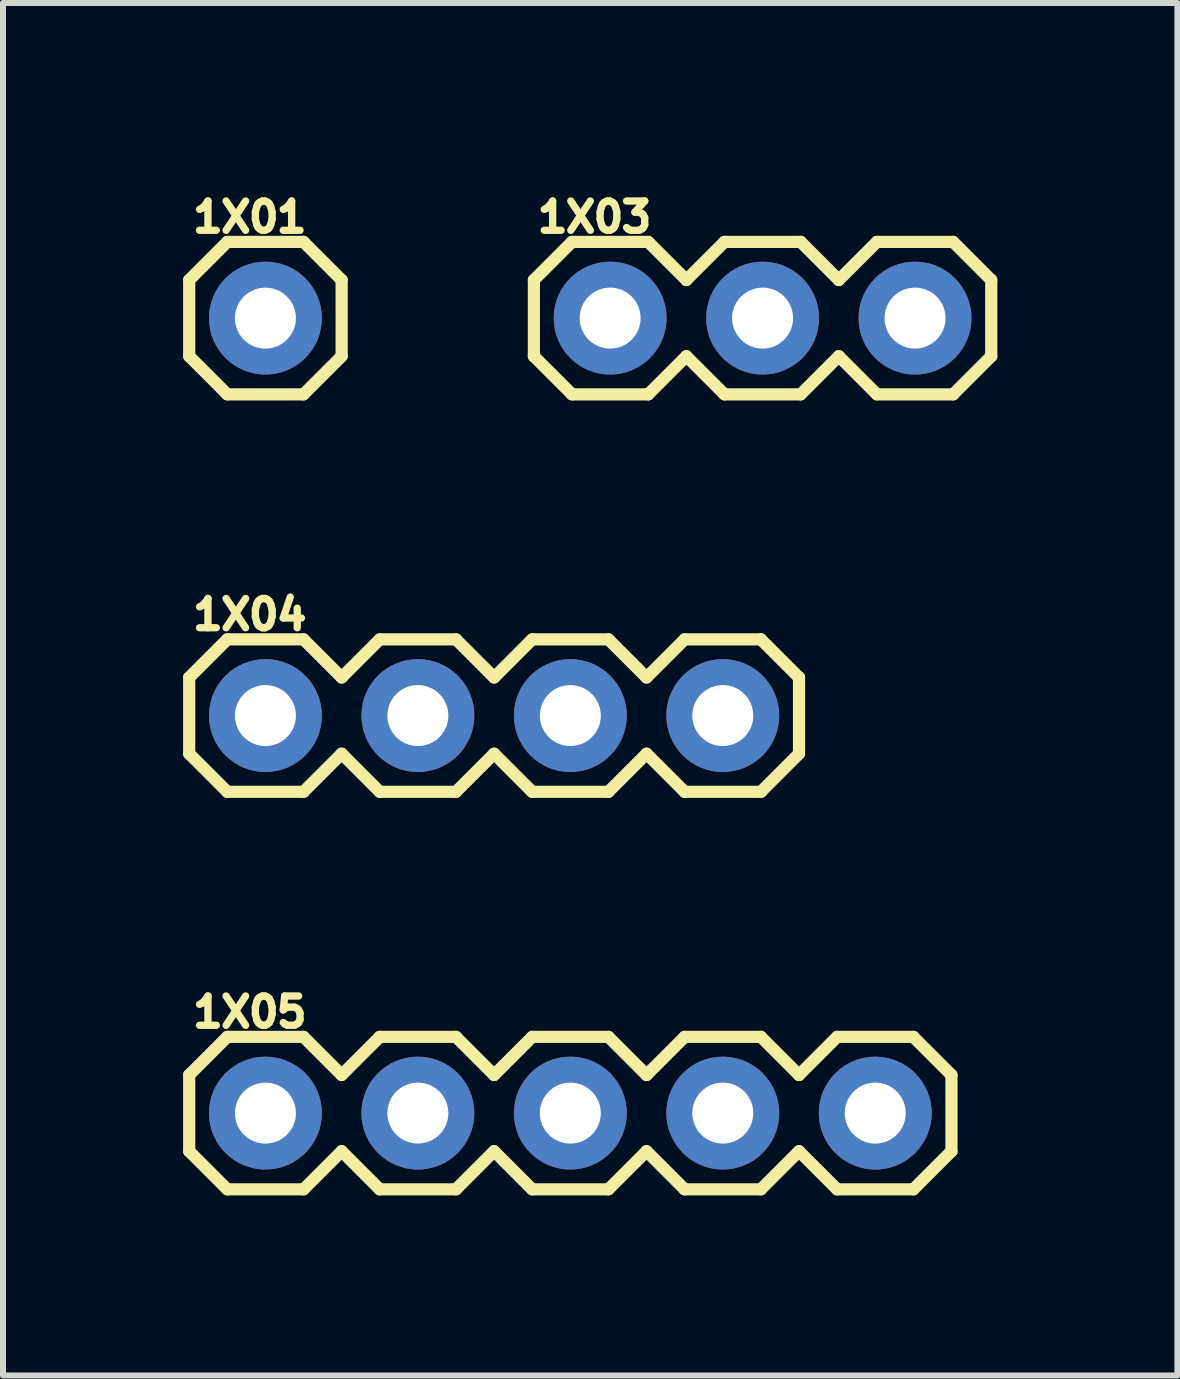
<source format=kicad_pcb>
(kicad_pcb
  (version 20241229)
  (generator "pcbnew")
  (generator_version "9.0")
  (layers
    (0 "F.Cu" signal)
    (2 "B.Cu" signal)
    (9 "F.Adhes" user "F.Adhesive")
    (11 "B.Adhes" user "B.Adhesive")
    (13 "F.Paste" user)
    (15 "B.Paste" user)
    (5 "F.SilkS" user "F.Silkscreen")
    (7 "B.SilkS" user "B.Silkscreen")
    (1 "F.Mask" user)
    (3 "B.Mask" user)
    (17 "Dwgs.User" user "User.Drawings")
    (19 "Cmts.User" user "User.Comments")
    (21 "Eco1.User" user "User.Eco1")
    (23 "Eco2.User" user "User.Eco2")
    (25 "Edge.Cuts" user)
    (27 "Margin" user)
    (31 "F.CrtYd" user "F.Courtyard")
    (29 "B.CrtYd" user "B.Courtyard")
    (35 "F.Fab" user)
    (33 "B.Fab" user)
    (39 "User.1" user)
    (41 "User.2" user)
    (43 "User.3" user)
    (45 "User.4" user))
  (footprint "1X05"
    (layer "F.Cu")
    (at 1.372 15.495)
    (property "Reference" "1X05" (at -1.27 -1.397 0) (unlocked yes) (layer "F.SilkS") (effects (font (size 0.488 0.488) (thickness 0.122)) (justify left bottom)))
    (fp_line (start -1.27 -0.635) (end -1.27 0.635) (stroke (width 0.203) (type solid)) (layer "F.SilkS"))
    (fp_line (start -1.27 0.635) (end -0.635 1.27) (stroke (width 0.203) (type solid)) (layer "F.SilkS"))
    (fp_line (start -0.635 -1.27) (end -1.27 -0.635) (stroke (width 0.203) (type solid)) (layer "F.SilkS"))
    (fp_line (start -0.635 -1.27) (end 0.635 -1.27) (stroke (width 0.203) (type solid)) (layer "F.SilkS"))
    (fp_line (start 0.635 -1.27) (end 1.27 -0.635) (stroke (width 0.203) (type solid)) (layer "F.SilkS"))
    (fp_line (start 0.635 1.27) (end -0.635 1.27) (stroke (width 0.203) (type solid)) (layer "F.SilkS"))
    (fp_line (start 1.27 -0.635) (end 1.905 -1.27) (stroke (width 0.203) (type solid)) (layer "F.SilkS"))
    (fp_line (start 1.27 0.635) (end 0.635 1.27) (stroke (width 0.203) (type solid)) (layer "F.SilkS"))
    (fp_line (start 1.905 -1.27) (end 3.175 -1.27) (stroke (width 0.203) (type solid)) (layer "F.SilkS"))
    (fp_line (start 1.905 1.27) (end 1.27 0.635) (stroke (width 0.203) (type solid)) (layer "F.SilkS"))
    (fp_line (start 3.175 -1.27) (end 3.81 -0.635) (stroke (width 0.203) (type solid)) (layer "F.SilkS"))
    (fp_line (start 3.175 1.27) (end 1.905 1.27) (stroke (width 0.203) (type solid)) (layer "F.SilkS"))
    (fp_line (start 3.81 -0.635) (end 4.445 -1.27) (stroke (width 0.203) (type solid)) (layer "F.SilkS"))
    (fp_line (start 3.81 0.635) (end 3.175 1.27) (stroke (width 0.203) (type solid)) (layer "F.SilkS"))
    (fp_line (start 4.445 -1.27) (end 5.715 -1.27) (stroke (width 0.203) (type solid)) (layer "F.SilkS"))
    (fp_line (start 4.445 1.27) (end 3.81 0.635) (stroke (width 0.203) (type solid)) (layer "F.SilkS"))
    (fp_line (start 5.715 -1.27) (end 6.35 -0.635) (stroke (width 0.203) (type solid)) (layer "F.SilkS"))
    (fp_line (start 5.715 1.27) (end 4.445 1.27) (stroke (width 0.203) (type solid)) (layer "F.SilkS"))
    (fp_line (start 6.35 0.635) (end 5.715 1.27) (stroke (width 0.203) (type solid)) (layer "F.SilkS"))
    (fp_line (start 6.35 0.635) (end 6.985 1.27) (stroke (width 0.203) (type solid)) (layer "F.SilkS"))
    (fp_line (start 6.985 -1.27) (end 6.35 -0.635) (stroke (width 0.203) (type solid)) (layer "F.SilkS"))
    (fp_line (start 6.985 -1.27) (end 8.255 -1.27) (stroke (width 0.203) (type solid)) (layer "F.SilkS"))
    (fp_line (start 8.255 -1.27) (end 8.89 -0.635) (stroke (width 0.203) (type solid)) (layer "F.SilkS"))
    (fp_line (start 8.255 1.27) (end 6.985 1.27) (stroke (width 0.203) (type solid)) (layer "F.SilkS"))
    (fp_line (start 8.89 -0.635) (end 9.525 -1.27) (stroke (width 0.203) (type solid)) (layer "F.SilkS"))
    (fp_line (start 8.89 0.635) (end 8.255 1.27) (stroke (width 0.203) (type solid)) (layer "F.SilkS"))
    (fp_line (start 9.525 -1.27) (end 10.795 -1.27) (stroke (width 0.203) (type solid)) (layer "F.SilkS"))
    (fp_line (start 9.525 1.27) (end 8.89 0.635) (stroke (width 0.203) (type solid)) (layer "F.SilkS"))
    (fp_line (start 10.795 -1.27) (end 11.43 -0.635) (stroke (width 0.203) (type solid)) (layer "F.SilkS"))
    (fp_line (start 10.795 1.27) (end 9.525 1.27) (stroke (width 0.203) (type solid)) (layer "F.SilkS"))
    (fp_line (start 11.43 -0.635) (end 11.43 0.635) (stroke (width 0.203) (type solid)) (layer "F.SilkS"))
    (fp_line (start 11.43 0.635) (end 10.795 1.27) (stroke (width 0.203) (type solid)) (layer "F.SilkS"))
    (fp_poly (pts (xy -0.254 0.254) (xy 0.254 0.254) (xy 0.254 -0.254) (xy -0.254 -0.254)) (stroke (width 0.1) (type default)) (fill no) (layer "F.Fab"))
    (fp_poly (pts (xy 2.286 0.254) (xy 2.794 0.254) (xy 2.794 -0.254) (xy 2.286 -0.254)) (stroke (width 0.1) (type default)) (fill no) (layer "F.Fab"))
    (fp_poly (pts (xy 4.826 0.254) (xy 5.334 0.254) (xy 5.334 -0.254) (xy 4.826 -0.254)) (stroke (width 0.1) (type default)) (fill no) (layer "F.Fab"))
    (fp_poly (pts (xy 7.366 0.254) (xy 7.874 0.254) (xy 7.874 -0.254) (xy 7.366 -0.254)) (stroke (width 0.1) (type default)) (fill no) (layer "F.Fab"))
    (fp_poly (pts (xy 9.906 0.254) (xy 10.414 0.254) (xy 10.414 -0.254) (xy 9.906 -0.254)) (stroke (width 0.1) (type default)) (fill no) (layer "F.Fab"))
    (pad "1" thru_hole circle (at 0 0 90) (size 1.88 1.88) (drill 1.016) (layers "*.Cu" "*.Mask"))
    (pad "2" thru_hole circle (at 2.54 0 90) (size 1.88 1.88) (drill 1.016) (layers "*.Cu" "*.Mask"))
    (pad "3" thru_hole circle (at 5.08 0 90) (size 1.88 1.88) (drill 1.016) (layers "*.Cu" "*.Mask"))
    (pad "4" thru_hole circle (at 7.62 0 90) (size 1.88 1.88) (drill 1.016) (layers "*.Cu" "*.Mask"))
    (pad "5" thru_hole circle (at 10.16 0 90) (size 1.88 1.88) (drill 1.016) (layers "*.Cu" "*.Mask")))
  (footprint "1X01"
    (layer "F.Cu")
    (at 1.372 2.25)
    (property "Reference" "1X01" (at -1.27 -1.397 0) (unlocked yes) (layer "F.SilkS") (effects (font (size 0.488 0.488) (thickness 0.122)) (justify left bottom)))
    (fp_line (start -1.27 -0.635) (end -1.27 0.635) (stroke (width 0.203) (type solid)) (layer "F.SilkS"))
    (fp_line (start -1.27 0.635) (end -0.635 1.27) (stroke (width 0.203) (type solid)) (layer "F.SilkS"))
    (fp_line (start -0.635 -1.27) (end -1.27 -0.635) (stroke (width 0.203) (type solid)) (layer "F.SilkS"))
    (fp_line (start -0.635 1.27) (end 0.635 1.27) (stroke (width 0.203) (type solid)) (layer "F.SilkS"))
    (fp_line (start 0.635 -1.27) (end -0.635 -1.27) (stroke (width 0.203) (type solid)) (layer "F.SilkS"))
    (fp_line (start 0.635 1.27) (end 1.27 0.635) (stroke (width 0.203) (type solid)) (layer "F.SilkS"))
    (fp_line (start 1.27 -0.635) (end 0.635 -1.27) (stroke (width 0.203) (type solid)) (layer "F.SilkS"))
    (fp_line (start 1.27 0.635) (end 1.27 -0.635) (stroke (width 0.203) (type solid)) (layer "F.SilkS"))
    (fp_poly (pts (xy -0.254 0.254) (xy 0.254 0.254) (xy 0.254 -0.254) (xy -0.254 -0.254)) (stroke (width 0.1) (type default)) (fill no) (layer "F.Fab"))
    (pad "1" thru_hole circle (at 0 0 90) (size 1.88 1.88) (drill 1.016) (layers "*.Cu" "*.Mask")))
  (footprint "1X04"
    (layer "F.Cu")
    (at 1.372 8.872)
    (property "Reference" "1X04" (at -1.27 -1.397 0) (unlocked yes) (layer "F.SilkS") (effects (font (size 0.488 0.488) (thickness 0.122)) (justify left bottom)))
    (fp_line (start -1.27 -0.635) (end -1.27 0.635) (stroke (width 0.203) (type solid)) (layer "F.SilkS"))
    (fp_line (start -1.27 0.635) (end -0.635 1.27) (stroke (width 0.203) (type solid)) (layer "F.SilkS"))
    (fp_line (start -0.635 -1.27) (end -1.27 -0.635) (stroke (width 0.203) (type solid)) (layer "F.SilkS"))
    (fp_line (start -0.635 -1.27) (end 0.635 -1.27) (stroke (width 0.203) (type solid)) (layer "F.SilkS"))
    (fp_line (start 0.635 -1.27) (end 1.27 -0.635) (stroke (width 0.203) (type solid)) (layer "F.SilkS"))
    (fp_line (start 0.635 1.27) (end -0.635 1.27) (stroke (width 0.203) (type solid)) (layer "F.SilkS"))
    (fp_line (start 1.27 -0.635) (end 1.905 -1.27) (stroke (width 0.203) (type solid)) (layer "F.SilkS"))
    (fp_line (start 1.27 0.635) (end 0.635 1.27) (stroke (width 0.203) (type solid)) (layer "F.SilkS"))
    (fp_line (start 1.905 -1.27) (end 3.175 -1.27) (stroke (width 0.203) (type solid)) (layer "F.SilkS"))
    (fp_line (start 1.905 1.27) (end 1.27 0.635) (stroke (width 0.203) (type solid)) (layer "F.SilkS"))
    (fp_line (start 3.175 -1.27) (end 3.81 -0.635) (stroke (width 0.203) (type solid)) (layer "F.SilkS"))
    (fp_line (start 3.175 1.27) (end 1.905 1.27) (stroke (width 0.203) (type solid)) (layer "F.SilkS"))
    (fp_line (start 3.81 -0.635) (end 4.445 -1.27) (stroke (width 0.203) (type solid)) (layer "F.SilkS"))
    (fp_line (start 3.81 0.635) (end 3.175 1.27) (stroke (width 0.203) (type solid)) (layer "F.SilkS"))
    (fp_line (start 4.445 -1.27) (end 5.715 -1.27) (stroke (width 0.203) (type solid)) (layer "F.SilkS"))
    (fp_line (start 4.445 1.27) (end 3.81 0.635) (stroke (width 0.203) (type solid)) (layer "F.SilkS"))
    (fp_line (start 5.715 -1.27) (end 6.35 -0.635) (stroke (width 0.203) (type solid)) (layer "F.SilkS"))
    (fp_line (start 5.715 1.27) (end 4.445 1.27) (stroke (width 0.203) (type solid)) (layer "F.SilkS"))
    (fp_line (start 6.35 0.635) (end 5.715 1.27) (stroke (width 0.203) (type solid)) (layer "F.SilkS"))
    (fp_line (start 6.35 0.635) (end 6.985 1.27) (stroke (width 0.203) (type solid)) (layer "F.SilkS"))
    (fp_line (start 6.985 -1.27) (end 6.35 -0.635) (stroke (width 0.203) (type solid)) (layer "F.SilkS"))
    (fp_line (start 6.985 -1.27) (end 8.255 -1.27) (stroke (width 0.203) (type solid)) (layer "F.SilkS"))
    (fp_line (start 8.255 -1.27) (end 8.89 -0.635) (stroke (width 0.203) (type solid)) (layer "F.SilkS"))
    (fp_line (start 8.255 1.27) (end 6.985 1.27) (stroke (width 0.203) (type solid)) (layer "F.SilkS"))
    (fp_line (start 8.89 -0.635) (end 8.89 0.635) (stroke (width 0.203) (type solid)) (layer "F.SilkS"))
    (fp_line (start 8.89 0.635) (end 8.255 1.27) (stroke (width 0.203) (type solid)) (layer "F.SilkS"))
    (fp_poly (pts (xy -0.254 0.254) (xy 0.254 0.254) (xy 0.254 -0.254) (xy -0.254 -0.254)) (stroke (width 0.1) (type default)) (fill no) (layer "F.Fab"))
    (fp_poly (pts (xy 2.286 0.254) (xy 2.794 0.254) (xy 2.794 -0.254) (xy 2.286 -0.254)) (stroke (width 0.1) (type default)) (fill no) (layer "F.Fab"))
    (fp_poly (pts (xy 4.826 0.254) (xy 5.334 0.254) (xy 5.334 -0.254) (xy 4.826 -0.254)) (stroke (width 0.1) (type default)) (fill no) (layer "F.Fab"))
    (fp_poly (pts (xy 7.366 0.254) (xy 7.874 0.254) (xy 7.874 -0.254) (xy 7.366 -0.254)) (stroke (width 0.1) (type default)) (fill no) (layer "F.Fab"))
    (pad "1" thru_hole circle (at 0 0 90) (size 1.88 1.88) (drill 1.016) (layers "*.Cu" "*.Mask"))
    (pad "2" thru_hole circle (at 2.54 0 90) (size 1.88 1.88) (drill 1.016) (layers "*.Cu" "*.Mask"))
    (pad "3" thru_hole circle (at 5.08 0 90) (size 1.88 1.88) (drill 1.016) (layers "*.Cu" "*.Mask"))
    (pad "4" thru_hole circle (at 7.62 0 90) (size 1.88 1.88) (drill 1.016) (layers "*.Cu" "*.Mask")))
  (footprint "1X03"
    (layer "F.Cu")
    (at 7.115 2.25)
    (property "Reference" "1X03" (at -1.27 -1.397 0) (unlocked yes) (layer "F.SilkS") (effects (font (size 0.488 0.488) (thickness 0.122)) (justify left bottom)))
    (fp_line (start -1.27 -0.635) (end -1.27 0.635) (stroke (width 0.203) (type solid)) (layer "F.SilkS"))
    (fp_line (start -1.27 0.635) (end -0.635 1.27) (stroke (width 0.203) (type solid)) (layer "F.SilkS"))
    (fp_line (start -0.635 -1.27) (end -1.27 -0.635) (stroke (width 0.203) (type solid)) (layer "F.SilkS"))
    (fp_line (start -0.635 -1.27) (end 0.635 -1.27) (stroke (width 0.203) (type solid)) (layer "F.SilkS"))
    (fp_line (start 0.635 -1.27) (end 1.27 -0.635) (stroke (width 0.203) (type solid)) (layer "F.SilkS"))
    (fp_line (start 0.635 1.27) (end -0.635 1.27) (stroke (width 0.203) (type solid)) (layer "F.SilkS"))
    (fp_line (start 1.27 -0.635) (end 1.905 -1.27) (stroke (width 0.203) (type solid)) (layer "F.SilkS"))
    (fp_line (start 1.27 0.635) (end 0.635 1.27) (stroke (width 0.203) (type solid)) (layer "F.SilkS"))
    (fp_line (start 1.905 -1.27) (end 3.175 -1.27) (stroke (width 0.203) (type solid)) (layer "F.SilkS"))
    (fp_line (start 1.905 1.27) (end 1.27 0.635) (stroke (width 0.203) (type solid)) (layer "F.SilkS"))
    (fp_line (start 3.175 -1.27) (end 3.81 -0.635) (stroke (width 0.203) (type solid)) (layer "F.SilkS"))
    (fp_line (start 3.175 1.27) (end 1.905 1.27) (stroke (width 0.203) (type solid)) (layer "F.SilkS"))
    (fp_line (start 3.81 -0.635) (end 4.445 -1.27) (stroke (width 0.203) (type solid)) (layer "F.SilkS"))
    (fp_line (start 3.81 0.635) (end 3.175 1.27) (stroke (width 0.203) (type solid)) (layer "F.SilkS"))
    (fp_line (start 4.445 -1.27) (end 5.715 -1.27) (stroke (width 0.203) (type solid)) (layer "F.SilkS"))
    (fp_line (start 4.445 1.27) (end 3.81 0.635) (stroke (width 0.203) (type solid)) (layer "F.SilkS"))
    (fp_line (start 5.715 -1.27) (end 6.35 -0.635) (stroke (width 0.203) (type solid)) (layer "F.SilkS"))
    (fp_line (start 5.715 1.27) (end 4.445 1.27) (stroke (width 0.203) (type solid)) (layer "F.SilkS"))
    (fp_line (start 6.35 -0.635) (end 6.35 0.635) (stroke (width 0.203) (type solid)) (layer "F.SilkS"))
    (fp_line (start 6.35 0.635) (end 5.715 1.27) (stroke (width 0.203) (type solid)) (layer "F.SilkS"))
    (fp_poly (pts (xy -0.254 0.254) (xy 0.254 0.254) (xy 0.254 -0.254) (xy -0.254 -0.254)) (stroke (width 0.1) (type default)) (fill no) (layer "F.Fab"))
    (fp_poly (pts (xy 2.286 0.254) (xy 2.794 0.254) (xy 2.794 -0.254) (xy 2.286 -0.254)) (stroke (width 0.1) (type default)) (fill no) (layer "F.Fab"))
    (fp_poly (pts (xy 4.826 0.254) (xy 5.334 0.254) (xy 5.334 -0.254) (xy 4.826 -0.254)) (stroke (width 0.1) (type default)) (fill no) (layer "F.Fab"))
    (pad "1" thru_hole circle (at 0 0 90) (size 1.88 1.88) (drill 1.016) (layers "*.Cu" "*.Mask"))
    (pad "2" thru_hole circle (at 2.54 0 90) (size 1.88 1.88) (drill 1.016) (layers "*.Cu" "*.Mask"))
    (pad "3" thru_hole circle (at 5.08 0 90) (size 1.88 1.88) (drill 1.016) (layers "*.Cu" "*.Mask")))
  (gr_rect
    (start -3 -3)
    (end 16.566 19.866)
    (stroke (width 0.1) (type default))
    (fill no)
    (layer "Edge.Cuts")))
</source>
